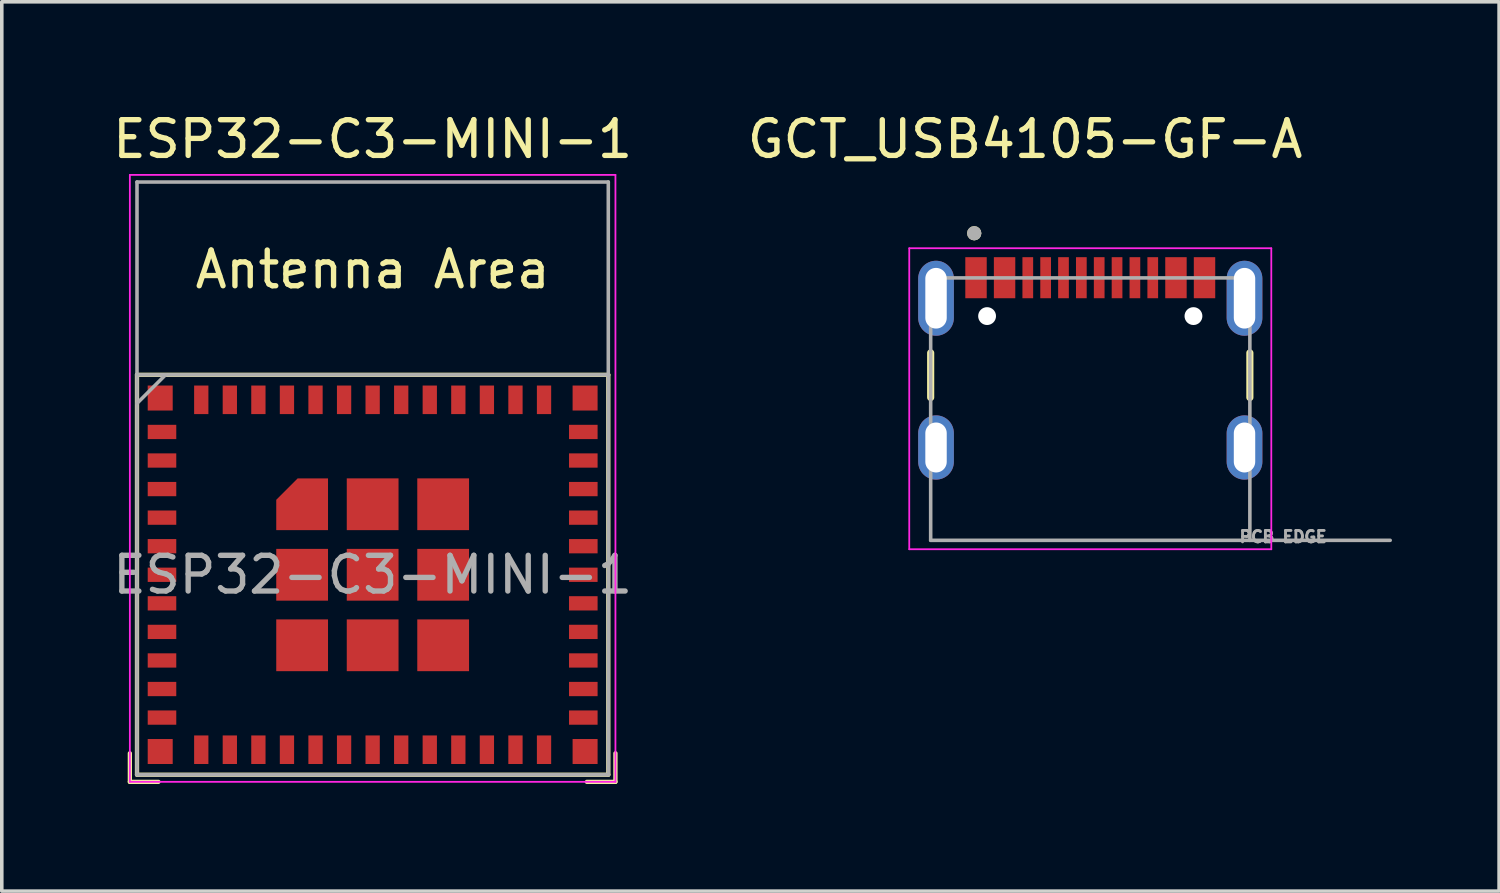
<source format=kicad_pcb>
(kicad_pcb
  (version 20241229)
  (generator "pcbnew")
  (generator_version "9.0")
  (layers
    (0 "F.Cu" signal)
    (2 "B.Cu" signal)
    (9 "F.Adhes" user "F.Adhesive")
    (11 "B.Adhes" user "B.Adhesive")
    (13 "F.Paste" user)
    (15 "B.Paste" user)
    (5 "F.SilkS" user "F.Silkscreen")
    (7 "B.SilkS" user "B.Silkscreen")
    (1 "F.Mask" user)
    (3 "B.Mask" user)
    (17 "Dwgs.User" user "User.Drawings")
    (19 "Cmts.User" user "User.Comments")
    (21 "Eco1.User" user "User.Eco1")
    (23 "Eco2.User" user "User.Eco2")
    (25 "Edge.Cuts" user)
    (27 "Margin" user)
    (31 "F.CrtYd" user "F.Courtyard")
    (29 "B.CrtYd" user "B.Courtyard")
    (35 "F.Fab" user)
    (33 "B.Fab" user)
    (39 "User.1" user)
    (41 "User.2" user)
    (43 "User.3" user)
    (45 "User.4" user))
  (footprint "GCT_USB4105-GF-A"
    (layer "F.Cu")
    (at 27.486 9.483)
    (property "Reference" "GCT_USB4105-GF-A" (at -1.825 -8.635 0) (layer "F.SilkS") (effects (font (size 1 1) (thickness 0.15))))
    (attr smd)
    (fp_poly (pts (xy -3.55 -5.38) (xy -2.85 -5.38) (xy -2.85 -4.13) (xy -3.55 -4.13)) (stroke (width 0.01) (type solid)) (fill yes) (layer "F.Mask"))
    (fp_poly (pts (xy -2.75 -5.38) (xy -2.05 -5.38) (xy -2.05 -4.13) (xy -2.75 -4.13)) (stroke (width 0.01) (type solid)) (fill yes) (layer "F.Mask"))
    (fp_poly (pts (xy -1.95 -5.38) (xy -1.55 -5.38) (xy -1.55 -4.13) (xy -1.95 -4.13)) (stroke (width 0.01) (type solid)) (fill yes) (layer "F.Mask"))
    (fp_poly (pts (xy -1.45 -5.38) (xy -1.05 -5.38) (xy -1.05 -4.13) (xy -1.45 -4.13)) (stroke (width 0.01) (type solid)) (fill yes) (layer "F.Mask"))
    (fp_poly (pts (xy -0.95 -5.38) (xy -0.55 -5.38) (xy -0.55 -4.13) (xy -0.95 -4.13)) (stroke (width 0.01) (type solid)) (fill yes) (layer "F.Mask"))
    (fp_poly (pts (xy -0.45 -5.38) (xy -0.05 -5.38) (xy -0.05 -4.13) (xy -0.45 -4.13)) (stroke (width 0.01) (type solid)) (fill yes) (layer "F.Mask"))
    (fp_poly (pts (xy 0.05 -5.38) (xy 0.45 -5.38) (xy 0.45 -4.13) (xy 0.05 -4.13)) (stroke (width 0.01) (type solid)) (fill yes) (layer "F.Mask"))
    (fp_poly (pts (xy 0.55 -5.38) (xy 0.95 -5.38) (xy 0.95 -4.13) (xy 0.55 -4.13)) (stroke (width 0.01) (type solid)) (fill yes) (layer "F.Mask"))
    (fp_poly (pts (xy 1.05 -5.38) (xy 1.45 -5.38) (xy 1.45 -4.13) (xy 1.05 -4.13)) (stroke (width 0.01) (type solid)) (fill yes) (layer "F.Mask"))
    (fp_poly (pts (xy 1.55 -5.38) (xy 1.95 -5.38) (xy 1.95 -4.13) (xy 1.55 -4.13)) (stroke (width 0.01) (type solid)) (fill yes) (layer "F.Mask"))
    (fp_poly (pts (xy 2.05 -5.38) (xy 2.75 -5.38) (xy 2.75 -4.13) (xy 2.05 -4.13)) (stroke (width 0.01) (type solid)) (fill yes) (layer "F.Mask"))
    (fp_poly (pts (xy 2.85 -5.38) (xy 3.55 -5.38) (xy 3.55 -4.13) (xy 2.85 -4.13)) (stroke (width 0.01) (type solid)) (fill yes) (layer "F.Mask"))
    (fp_line (start -4.47 -2.65) (end -4.47 -1.4) (stroke (width 0.2) (type solid)) (layer "F.SilkS"))
    (fp_line (start 4.47 -2.65) (end 4.47 -1.4) (stroke (width 0.2) (type solid)) (layer "F.SilkS"))
    (fp_circle (center -3.25 -6) (end -3.15 -6) (stroke (width 0.2) (type solid)) (fill no) (layer "F.SilkS"))
    (fp_line (start -5.07 -5.58) (end -5.07 2.85) (stroke (width 0.05) (type solid)) (layer "F.CrtYd"))
    (fp_line (start -5.07 2.85) (end 5.07 2.85) (stroke (width 0.05) (type solid)) (layer "F.CrtYd"))
    (fp_line (start 5.07 -5.58) (end -5.07 -5.58) (stroke (width 0.05) (type solid)) (layer "F.CrtYd"))
    (fp_line (start 5.07 2.85) (end 5.07 -5.58) (stroke (width 0.05) (type solid)) (layer "F.CrtYd"))
    (fp_line (start -4.47 -4.75) (end 4.47 -4.75) (stroke (width 0.1) (type solid)) (layer "F.Fab"))
    (fp_line (start -4.47 2.6) (end -4.47 -4.75) (stroke (width 0.1) (type solid)) (layer "F.Fab"))
    (fp_line (start 4.47 -4.75) (end 4.47 2.6) (stroke (width 0.1) (type solid)) (layer "F.Fab"))
    (fp_line (start 4.47 2.6) (end -4.47 2.6) (stroke (width 0.1) (type solid)) (layer "F.Fab"))
    (fp_line (start 4.47 2.6) (end 8.4 2.6) (stroke (width 0.1) (type solid)) (layer "F.Fab"))
    (fp_circle (center -3.25 -6) (end -3.15 -6) (stroke (width 0.2) (type solid)) (fill no) (layer "F.Fab"))
    (fp_text user "PCB EDGE" (at 5.4 2.5 0) (layer "F.Fab") (effects (font (size 0.32 0.32) (thickness 0.15))))
    (pad "" np_thru_hole circle (at -2.89 -3.68) (size 0.5 0.5) (drill 0.5) (layers "*.Cu" "*.Mask"))
    (pad "" np_thru_hole circle (at 2.89 -3.68) (size 0.5 0.5) (drill 0.5) (layers "*.Cu" "*.Mask"))
    (pad "A1_B12" smd rect (at -3.2 -4.755) (size 0.6 1.15) (layers "F.Cu" "F.Paste"))
    (pad "A4_B9" smd rect (at -2.4 -4.755) (size 0.6 1.15) (layers "F.Cu" "F.Paste"))
    (pad "A5" smd rect (at -1.25 -4.755) (size 0.3 1.15) (layers "F.Cu" "F.Paste"))
    (pad "A6" smd rect (at -0.25 -4.755) (size 0.3 1.15) (layers "F.Cu" "F.Paste"))
    (pad "A7" smd rect (at 0.25 -4.755) (size 0.3 1.15) (layers "F.Cu" "F.Paste"))
    (pad "A8" smd rect (at 1.25 -4.755) (size 0.3 1.15) (layers "F.Cu" "F.Paste"))
    (pad "B1_A12" smd rect (at 3.2 -4.755) (size 0.6 1.15) (layers "F.Cu" "F.Paste"))
    (pad "B4_A9" smd rect (at 2.4 -4.755) (size 0.6 1.15) (layers "F.Cu" "F.Paste"))
    (pad "B5" smd rect (at 1.75 -4.755) (size 0.3 1.15) (layers "F.Cu" "F.Paste"))
    (pad "B6" smd rect (at 0.75 -4.755) (size 0.3 1.15) (layers "F.Cu" "F.Paste"))
    (pad "B7" smd rect (at -0.75 -4.755) (size 0.3 1.15) (layers "F.Cu" "F.Paste"))
    (pad "B8" smd rect (at -1.75 -4.755) (size 0.3 1.15) (layers "F.Cu" "F.Paste"))
    (pad "SH1" thru_hole oval (at -4.32 -4.18) (size 1 2.1) (drill oval 0.6 1.7) (layers "*.Cu" "*.Mask"))
    (pad "SH2" thru_hole oval (at 4.32 -4.18) (size 1 2.1) (drill oval 0.6 1.7) (layers "*.Cu" "*.Mask"))
    (pad "SH3" thru_hole oval (at -4.32 0) (size 1 1.8) (drill oval 0.6 1.4) (layers "*.Cu" "*.Mask"))
    (pad "SH4" thru_hole oval (at 4.32 0) (size 1 1.8) (drill oval 0.6 1.4) (layers "*.Cu" "*.Mask")))
  (footprint "ESP32-C3-MINI-1"
    (layer "F.Cu")
    (at 7.387 10.348)
    (property "Reference" "ESP32-C3-MINI-1" (at 0 -9.5 180) (layer "F.SilkS") (effects (font (size 1 1) (thickness 0.15))))
    (attr smd)
    (fp_line (start -6.8 7.7) (end -6.8 8.5) (stroke (width 0.12) (type solid)) (layer "F.SilkS"))
    (fp_line (start -6.8 8.5) (end -6 8.5) (stroke (width 0.12) (type solid)) (layer "F.SilkS"))
    (fp_line (start -6.6 -2.9) (end 6.6 -2.9) (stroke (width 0.12) (type solid)) (layer "F.SilkS"))
    (fp_line (start -6.6 8.3) (end -6.6 -2.9) (stroke (width 0.12) (type solid)) (layer "F.SilkS"))
    (fp_line (start 6.6 -2.9) (end 6.6 8.3) (stroke (width 0.12) (type solid)) (layer "F.SilkS"))
    (fp_line (start 6.6 8.3) (end -6.6 8.3) (stroke (width 0.12) (type solid)) (layer "F.SilkS"))
    (fp_line (start 6.8 7.7) (end 6.8 8.5) (stroke (width 0.12) (type solid)) (layer "F.SilkS"))
    (fp_line (start 6.8 8.5) (end 6 8.5) (stroke (width 0.12) (type solid)) (layer "F.SilkS"))
    (fp_line (start -6.8 -8.5) (end 6.8 -8.5) (stroke (width 0.05) (type solid)) (layer "F.CrtYd"))
    (fp_line (start -6.8 8.5) (end -6.8 -8.5) (stroke (width 0.05) (type solid)) (layer "F.CrtYd"))
    (fp_line (start 6.8 -8.5) (end 6.8 8.5) (stroke (width 0.05) (type solid)) (layer "F.CrtYd"))
    (fp_line (start 6.8 8.5) (end -6.8 8.5) (stroke (width 0.05) (type solid)) (layer "F.CrtYd"))
    (fp_line (start -6.6 8.3) (end -6.6 -8.3) (stroke (width 0.1) (type solid)) (layer "F.Fab"))
    (fp_line (start -6.6 8.3) (end 6.6 8.3) (stroke (width 0.1) (type solid)) (layer "F.Fab"))
    (fp_line (start -5.8 -2.9) (end -6.6 -2.1) (stroke (width 0.1) (type solid)) (layer "F.Fab"))
    (fp_line (start 6.6 -8.3) (end -6.6 -8.3) (stroke (width 0.1) (type solid)) (layer "F.Fab"))
    (fp_line (start 6.6 -2.9) (end -6.6 -2.9) (stroke (width 0.1) (type solid)) (layer "F.Fab"))
    (fp_line (start 6.6 8.3) (end 6.6 -8.3) (stroke (width 0.1) (type solid)) (layer "F.Fab"))
    (fp_text user "Antenna Area" (at 0 -5.85 180) (layer "F.SilkS") (effects (font (size 1 1) (thickness 0.15))))
    (fp_text user "${REFERENCE}" (at 0 2.7 180) (layer "F.Fab") (effects (font (size 1 1) (thickness 0.15))))
    (pad "1" smd rect (at -5.9 -1.3 90) (size 0.4 0.8) (layers "F.Cu" "F.Mask" "F.Paste"))
    (pad "2" smd rect (at -5.9 -0.5 90) (size 0.4 0.8) (layers "F.Cu" "F.Mask" "F.Paste"))
    (pad "3" smd rect (at -5.9 0.3 90) (size 0.4 0.8) (layers "F.Cu" "F.Mask" "F.Paste"))
    (pad "4" smd rect (at -5.9 1.1 90) (size 0.4 0.8) (layers "F.Cu" "F.Mask" "F.Paste"))
    (pad "5" smd rect (at -5.9 1.9 90) (size 0.4 0.8) (layers "F.Cu" "F.Mask" "F.Paste"))
    (pad "6" smd rect (at -5.9 2.7 90) (size 0.4 0.8) (layers "F.Cu" "F.Mask" "F.Paste"))
    (pad "7" smd rect (at -5.9 3.5 90) (size 0.4 0.8) (layers "F.Cu" "F.Mask" "F.Paste"))
    (pad "8" smd rect (at -5.9 4.3 90) (size 0.4 0.8) (layers "F.Cu" "F.Mask" "F.Paste"))
    (pad "9" smd rect (at -5.9 5.1 90) (size 0.4 0.8) (layers "F.Cu" "F.Mask" "F.Paste"))
    (pad "10" smd rect (at -5.9 5.9 90) (size 0.4 0.8) (layers "F.Cu" "F.Mask" "F.Paste"))
    (pad "11" smd rect (at -5.9 6.7 90) (size 0.4 0.8) (layers "F.Cu" "F.Mask" "F.Paste"))
    (pad "12" smd rect (at -4.8 7.6) (size 0.4 0.8) (layers "F.Cu" "F.Mask" "F.Paste"))
    (pad "13" smd rect (at -4 7.6) (size 0.4 0.8) (layers "F.Cu" "F.Mask" "F.Paste"))
    (pad "14" smd rect (at -3.2 7.6) (size 0.4 0.8) (layers "F.Cu" "F.Mask" "F.Paste"))
    (pad "15" smd rect (at -2.4 7.6) (size 0.4 0.8) (layers "F.Cu" "F.Mask" "F.Paste"))
    (pad "16" smd rect (at -1.6 7.6) (size 0.4 0.8) (layers "F.Cu" "F.Mask" "F.Paste"))
    (pad "17" smd rect (at -0.8 7.6) (size 0.4 0.8) (layers "F.Cu" "F.Mask" "F.Paste"))
    (pad "18" smd rect (at 0 7.6) (size 0.4 0.8) (layers "F.Cu" "F.Mask" "F.Paste"))
    (pad "19" smd rect (at 0.8 7.6) (size 0.4 0.8) (layers "F.Cu" "F.Mask" "F.Paste"))
    (pad "20" smd rect (at 1.6 7.6) (size 0.4 0.8) (layers "F.Cu" "F.Mask" "F.Paste"))
    (pad "21" smd rect (at 2.4 7.6) (size 0.4 0.8) (layers "F.Cu" "F.Mask" "F.Paste"))
    (pad "22" smd rect (at 3.2 7.6) (size 0.4 0.8) (layers "F.Cu" "F.Mask" "F.Paste"))
    (pad "23" smd rect (at 4 7.6) (size 0.4 0.8) (layers "F.Cu" "F.Mask" "F.Paste"))
    (pad "24" smd rect (at 4.8 7.6) (size 0.4 0.8) (layers "F.Cu" "F.Mask" "F.Paste"))
    (pad "25" smd rect (at 5.9 6.7 90) (size 0.4 0.8) (layers "F.Cu" "F.Mask" "F.Paste"))
    (pad "26" smd rect (at 5.9 5.9 90) (size 0.4 0.8) (layers "F.Cu" "F.Mask" "F.Paste"))
    (pad "27" smd rect (at 5.9 5.1 90) (size 0.4 0.8) (layers "F.Cu" "F.Mask" "F.Paste"))
    (pad "28" smd rect (at 5.9 4.3 90) (size 0.4 0.8) (layers "F.Cu" "F.Mask" "F.Paste"))
    (pad "29" smd rect (at 5.9 3.5 90) (size 0.4 0.8) (layers "F.Cu" "F.Mask" "F.Paste"))
    (pad "30" smd rect (at 5.9 2.7 90) (size 0.4 0.8) (layers "F.Cu" "F.Mask" "F.Paste"))
    (pad "31" smd rect (at 5.9 1.9 90) (size 0.4 0.8) (layers "F.Cu" "F.Mask" "F.Paste"))
    (pad "32" smd rect (at 5.9 1.1 90) (size 0.4 0.8) (layers "F.Cu" "F.Mask" "F.Paste"))
    (pad "33" smd rect (at 5.9 0.3 90) (size 0.4 0.8) (layers "F.Cu" "F.Mask" "F.Paste"))
    (pad "34" smd rect (at 5.9 -0.5 90) (size 0.4 0.8) (layers "F.Cu" "F.Mask" "F.Paste"))
    (pad "35" smd rect (at 5.9 -1.3 90) (size 0.4 0.8) (layers "F.Cu" "F.Mask" "F.Paste"))
    (pad "36" smd rect (at 4.8 -2.2) (size 0.4 0.8) (layers "F.Cu" "F.Mask" "F.Paste"))
    (pad "37" smd rect (at 4 -2.2) (size 0.4 0.8) (layers "F.Cu" "F.Mask" "F.Paste"))
    (pad "38" smd rect (at 3.2 -2.2) (size 0.4 0.8) (layers "F.Cu" "F.Mask" "F.Paste"))
    (pad "39" smd rect (at 2.4 -2.2) (size 0.4 0.8) (layers "F.Cu" "F.Mask" "F.Paste"))
    (pad "40" smd rect (at 1.6 -2.2) (size 0.4 0.8) (layers "F.Cu" "F.Mask" "F.Paste"))
    (pad "41" smd rect (at 0.8 -2.2) (size 0.4 0.8) (layers "F.Cu" "F.Mask" "F.Paste"))
    (pad "42" smd rect (at 0 -2.2) (size 0.4 0.8) (layers "F.Cu" "F.Mask" "F.Paste"))
    (pad "43" smd rect (at -0.8 -2.2) (size 0.4 0.8) (layers "F.Cu" "F.Mask" "F.Paste"))
    (pad "44" smd rect (at -1.6 -2.2) (size 0.4 0.8) (layers "F.Cu" "F.Mask" "F.Paste"))
    (pad "45" smd rect (at -2.4 -2.2) (size 0.4 0.8) (layers "F.Cu" "F.Mask" "F.Paste"))
    (pad "46" smd rect (at -3.2 -2.2) (size 0.4 0.8) (layers "F.Cu" "F.Mask" "F.Paste"))
    (pad "47" smd rect (at -4 -2.2) (size 0.4 0.8) (layers "F.Cu" "F.Mask" "F.Paste"))
    (pad "48" smd rect (at -4.8 -2.2) (size 0.4 0.8) (layers "F.Cu" "F.Mask" "F.Paste"))
    (pad "49" smd custom (at -1.975 0.725) (size 0.8 0.8) (layers "F.Cu" "F.Mask" "F.Paste") (options (anchor rect)) (primitives (gr_poly (pts (xy 0.725 0.725) (xy -0.725 0.725) (xy -0.725 -0.125) (xy -0.125 -0.725) (xy 0.725 -0.725)) (width 0) (fill yes))))
    (pad "49" smd rect (at -1.975 2.7 90) (size 1.45 1.45) (layers "F.Cu" "F.Mask" "F.Paste"))
    (pad "49" smd rect (at -1.975 4.675 90) (size 1.45 1.45) (layers "F.Cu" "F.Mask" "F.Paste"))
    (pad "49" smd rect (at 0 0.725 90) (size 1.45 1.45) (layers "F.Cu" "F.Mask" "F.Paste"))
    (pad "49" smd rect (at 0 2.7 90) (size 1.45 1.45) (layers "F.Cu" "F.Mask" "F.Paste"))
    (pad "49" smd rect (at 0 4.675 90) (size 1.45 1.45) (layers "F.Cu" "F.Mask" "F.Paste"))
    (pad "49" smd rect (at 1.975 0.725 90) (size 1.45 1.45) (layers "F.Cu" "F.Mask" "F.Paste"))
    (pad "49" smd rect (at 1.975 2.7 90) (size 1.45 1.45) (layers "F.Cu" "F.Mask" "F.Paste"))
    (pad "49" smd rect (at 1.975 4.675 90) (size 1.45 1.45) (layers "F.Cu" "F.Mask" "F.Paste"))
    (pad "50" smd rect (at 5.95 -2.25 90) (size 0.7 0.7) (layers "F.Cu" "F.Mask" "F.Paste"))
    (pad "51" smd rect (at 5.95 7.65 90) (size 0.7 0.7) (layers "F.Cu" "F.Mask" "F.Paste"))
    (pad "52" smd rect (at -5.95 7.65 90) (size 0.7 0.7) (layers "F.Cu" "F.Mask" "F.Paste"))
    (pad "53" smd rect (at -5.95 -2.25 90) (size 0.7 0.7) (layers "F.Cu" "F.Mask" "F.Paste"))
    (zone (net_name "") (layers "F.Cu" "B.Cu") (name "antenna keepout") (hatch edge 0.508) (connect_pads) (min_thickness 0.254) (filled_areas_thickness no) (keepout (tracks not_allowed) (vias not_allowed) (pads not_allowed) (copperpour not_allowed) (footprints not_allowed)) (placement (enabled no)) (fill) (polygon (pts (xy 13.987 7.448) (xy 0.787 7.448) (xy 0.787 2.048) (xy 13.987 2.048)))))
  (gr_rect
    (start -3 -3)
    (end 38.936 21.908)
    (stroke (width 0.1) (type default))
    (fill no)
    (layer "Edge.Cuts")))
</source>
